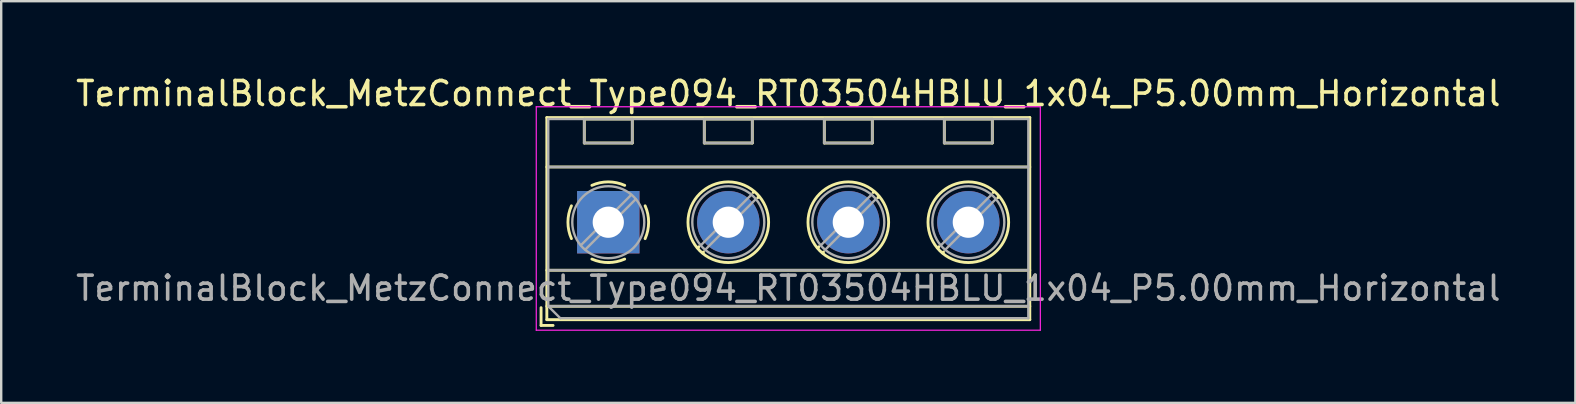
<source format=kicad_pcb>
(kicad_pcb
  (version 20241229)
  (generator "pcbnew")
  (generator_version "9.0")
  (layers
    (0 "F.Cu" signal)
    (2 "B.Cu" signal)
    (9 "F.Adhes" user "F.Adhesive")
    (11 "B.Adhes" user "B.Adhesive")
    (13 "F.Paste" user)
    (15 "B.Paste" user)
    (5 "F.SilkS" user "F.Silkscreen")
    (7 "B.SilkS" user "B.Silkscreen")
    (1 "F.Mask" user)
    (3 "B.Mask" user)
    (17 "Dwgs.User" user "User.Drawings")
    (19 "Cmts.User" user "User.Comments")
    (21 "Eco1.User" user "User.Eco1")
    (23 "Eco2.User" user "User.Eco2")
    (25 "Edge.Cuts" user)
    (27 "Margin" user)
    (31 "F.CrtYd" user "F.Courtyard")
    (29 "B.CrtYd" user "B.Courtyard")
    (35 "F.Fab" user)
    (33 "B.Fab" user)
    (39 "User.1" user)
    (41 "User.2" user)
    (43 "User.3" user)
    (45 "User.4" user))
  (footprint "TerminalBlock_MetzConnect_Type094_RT03504HBLU_1x04_P5.00mm_Horizontal"
    (layer "F.Cu")
    (at 22.292 6.208)
    (property "Reference" "TerminalBlock_MetzConnect_Type094_RT03504HBLU_1x04_P5.00mm_Horizontal" (at 7.5 -5.36 0) (layer "F.SilkS") (effects (font (size 1 1) (thickness 0.15))))
    (attr through_hole)
    (fp_line (start -2.8 3.56) (end -2.8 4.3) (stroke (width 0.12) (type solid)) (layer "F.SilkS"))
    (fp_line (start -2.8 4.3) (end -2.3 4.3) (stroke (width 0.12) (type solid)) (layer "F.SilkS"))
    (fp_line (start -2.56 -4.36) (end -2.56 4.06) (stroke (width 0.12) (type solid)) (layer "F.SilkS"))
    (fp_line (start -2.56 -4.36) (end 17.561 -4.36) (stroke (width 0.12) (type solid)) (layer "F.SilkS"))
    (fp_line (start -2.56 -2.301) (end 17.561 -2.301) (stroke (width 0.12) (type solid)) (layer "F.SilkS"))
    (fp_line (start -2.56 2) (end 17.561 2) (stroke (width 0.12) (type solid)) (layer "F.SilkS"))
    (fp_line (start -2.56 3.5) (end 17.561 3.5) (stroke (width 0.12) (type solid)) (layer "F.SilkS"))
    (fp_line (start -2.56 4.06) (end 17.561 4.06) (stroke (width 0.12) (type solid)) (layer "F.SilkS"))
    (fp_line (start -1 -4.3) (end -1 -3.3) (stroke (width 0.12) (type solid)) (layer "F.SilkS"))
    (fp_line (start -1 -4.3) (end 1 -4.3) (stroke (width 0.12) (type solid)) (layer "F.SilkS"))
    (fp_line (start -1 -3.3) (end 1 -3.3) (stroke (width 0.12) (type solid)) (layer "F.SilkS"))
    (fp_line (start 1 -4.3) (end 1 -3.3) (stroke (width 0.12) (type solid)) (layer "F.SilkS"))
    (fp_line (start 3.773 1.023) (end 3.726 1.069) (stroke (width 0.12) (type solid)) (layer "F.SilkS"))
    (fp_line (start 3.966 1.239) (end 3.931 1.274) (stroke (width 0.12) (type solid)) (layer "F.SilkS"))
    (fp_line (start 4 -4.3) (end 4 -3.3) (stroke (width 0.12) (type solid)) (layer "F.SilkS"))
    (fp_line (start 4 -4.3) (end 6 -4.3) (stroke (width 0.12) (type solid)) (layer "F.SilkS"))
    (fp_line (start 4 -3.3) (end 6 -3.3) (stroke (width 0.12) (type solid)) (layer "F.SilkS"))
    (fp_line (start 6 -4.3) (end 6 -3.3) (stroke (width 0.12) (type solid)) (layer "F.SilkS"))
    (fp_line (start 6.07 -1.275) (end 6.035 -1.239) (stroke (width 0.12) (type solid)) (layer "F.SilkS"))
    (fp_line (start 6.275 -1.069) (end 6.228 -1.023) (stroke (width 0.12) (type solid)) (layer "F.SilkS"))
    (fp_line (start 8.773 1.023) (end 8.726 1.069) (stroke (width 0.12) (type solid)) (layer "F.SilkS"))
    (fp_line (start 8.966 1.239) (end 8.931 1.274) (stroke (width 0.12) (type solid)) (layer "F.SilkS"))
    (fp_line (start 9 -4.3) (end 9 -3.3) (stroke (width 0.12) (type solid)) (layer "F.SilkS"))
    (fp_line (start 9 -4.3) (end 11 -4.3) (stroke (width 0.12) (type solid)) (layer "F.SilkS"))
    (fp_line (start 9 -3.3) (end 11 -3.3) (stroke (width 0.12) (type solid)) (layer "F.SilkS"))
    (fp_line (start 11 -4.3) (end 11 -3.3) (stroke (width 0.12) (type solid)) (layer "F.SilkS"))
    (fp_line (start 11.07 -1.275) (end 11.035 -1.239) (stroke (width 0.12) (type solid)) (layer "F.SilkS"))
    (fp_line (start 11.275 -1.069) (end 11.228 -1.023) (stroke (width 0.12) (type solid)) (layer "F.SilkS"))
    (fp_line (start 13.773 1.023) (end 13.726 1.069) (stroke (width 0.12) (type solid)) (layer "F.SilkS"))
    (fp_line (start 13.966 1.239) (end 13.931 1.274) (stroke (width 0.12) (type solid)) (layer "F.SilkS"))
    (fp_line (start 14 -4.3) (end 14 -3.3) (stroke (width 0.12) (type solid)) (layer "F.SilkS"))
    (fp_line (start 14 -4.3) (end 16 -4.3) (stroke (width 0.12) (type solid)) (layer "F.SilkS"))
    (fp_line (start 14 -3.3) (end 16 -3.3) (stroke (width 0.12) (type solid)) (layer "F.SilkS"))
    (fp_line (start 16 -4.3) (end 16 -3.3) (stroke (width 0.12) (type solid)) (layer "F.SilkS"))
    (fp_line (start 16.07 -1.275) (end 16.035 -1.239) (stroke (width 0.12) (type solid)) (layer "F.SilkS"))
    (fp_line (start 16.275 -1.069) (end 16.228 -1.023) (stroke (width 0.12) (type solid)) (layer "F.SilkS"))
    (fp_line (start 17.561 -4.36) (end 17.561 4.06) (stroke (width 0.12) (type solid)) (layer "F.SilkS"))
    (fp_arc (start -1.535427 0.683042) (mid -1.680501 -0.000524) (end -1.535 -0.684) (stroke (width 0.12) (type solid)) (layer "F.SilkS"))
    (fp_arc (start -0.683042 -1.535427) (mid 0.000524 -1.680501) (end 0.684 -1.535) (stroke (width 0.12) (type solid)) (layer "F.SilkS"))
    (fp_arc (start 0.028805 1.680253) (mid -0.335551 1.646659) (end -0.684 1.535) (stroke (width 0.12) (type solid)) (layer "F.SilkS"))
    (fp_arc (start 0.683318 1.534756) (mid 0.349292 1.643288) (end 0 1.68) (stroke (width 0.12) (type solid)) (layer "F.SilkS"))
    (fp_arc (start 1.535427 -0.683042) (mid 1.680501 0.000524) (end 1.535 0.684) (stroke (width 0.12) (type solid)) (layer "F.SilkS"))
    (fp_circle (center 5 0) (end 6.68 0) (stroke (width 0.12) (type solid)) (fill no) (layer "F.SilkS"))
    (fp_circle (center 10 0) (end 11.68 0) (stroke (width 0.12) (type solid)) (fill no) (layer "F.SilkS"))
    (fp_circle (center 15 0) (end 16.68 0) (stroke (width 0.12) (type solid)) (fill no) (layer "F.SilkS"))
    (fp_line (start -3 -4.81) (end -3 4.5) (stroke (width 0.05) (type solid)) (layer "F.CrtYd"))
    (fp_line (start -3 4.5) (end 18 4.5) (stroke (width 0.05) (type solid)) (layer "F.CrtYd"))
    (fp_line (start 18 -4.81) (end -3 -4.81) (stroke (width 0.05) (type solid)) (layer "F.CrtYd"))
    (fp_line (start 18 4.5) (end 18 -4.81) (stroke (width 0.05) (type solid)) (layer "F.CrtYd"))
    (fp_line (start -2.5 -4.3) (end 17.5 -4.3) (stroke (width 0.1) (type solid)) (layer "F.Fab"))
    (fp_line (start -2.5 -2.3) (end 17.5 -2.3) (stroke (width 0.1) (type solid)) (layer "F.Fab"))
    (fp_line (start -2.5 2) (end 17.5 2) (stroke (width 0.1) (type solid)) (layer "F.Fab"))
    (fp_line (start -2.5 3.5) (end -2.5 -4.3) (stroke (width 0.1) (type solid)) (layer "F.Fab"))
    (fp_line (start -2.5 3.5) (end 17.5 3.5) (stroke (width 0.1) (type solid)) (layer "F.Fab"))
    (fp_line (start -2 4) (end -2.5 3.5) (stroke (width 0.1) (type solid)) (layer "F.Fab"))
    (fp_line (start -1 -4.3) (end -1 -3.3) (stroke (width 0.1) (type solid)) (layer "F.Fab"))
    (fp_line (start -1 -3.3) (end 1 -3.3) (stroke (width 0.1) (type solid)) (layer "F.Fab"))
    (fp_line (start 0.955 -1.138) (end -1.138 0.955) (stroke (width 0.1) (type solid)) (layer "F.Fab"))
    (fp_line (start 1 -4.3) (end -1 -4.3) (stroke (width 0.1) (type solid)) (layer "F.Fab"))
    (fp_line (start 1 -3.3) (end 1 -4.3) (stroke (width 0.1) (type solid)) (layer "F.Fab"))
    (fp_line (start 1.138 -0.955) (end -0.955 1.138) (stroke (width 0.1) (type solid)) (layer "F.Fab"))
    (fp_line (start 4 -4.3) (end 4 -3.3) (stroke (width 0.1) (type solid)) (layer "F.Fab"))
    (fp_line (start 4 -3.3) (end 6 -3.3) (stroke (width 0.1) (type solid)) (layer "F.Fab"))
    (fp_line (start 5.955 -1.138) (end 3.863 0.955) (stroke (width 0.1) (type solid)) (layer "F.Fab"))
    (fp_line (start 6 -4.3) (end 4 -4.3) (stroke (width 0.1) (type solid)) (layer "F.Fab"))
    (fp_line (start 6 -3.3) (end 6 -4.3) (stroke (width 0.1) (type solid)) (layer "F.Fab"))
    (fp_line (start 6.138 -0.955) (end 4.046 1.138) (stroke (width 0.1) (type solid)) (layer "F.Fab"))
    (fp_line (start 9 -4.3) (end 9 -3.3) (stroke (width 0.1) (type solid)) (layer "F.Fab"))
    (fp_line (start 9 -3.3) (end 11 -3.3) (stroke (width 0.1) (type solid)) (layer "F.Fab"))
    (fp_line (start 10.955 -1.138) (end 8.863 0.955) (stroke (width 0.1) (type solid)) (layer "F.Fab"))
    (fp_line (start 11 -4.3) (end 9 -4.3) (stroke (width 0.1) (type solid)) (layer "F.Fab"))
    (fp_line (start 11 -3.3) (end 11 -4.3) (stroke (width 0.1) (type solid)) (layer "F.Fab"))
    (fp_line (start 11.138 -0.955) (end 9.046 1.138) (stroke (width 0.1) (type solid)) (layer "F.Fab"))
    (fp_line (start 14 -4.3) (end 14 -3.3) (stroke (width 0.1) (type solid)) (layer "F.Fab"))
    (fp_line (start 14 -3.3) (end 16 -3.3) (stroke (width 0.1) (type solid)) (layer "F.Fab"))
    (fp_line (start 15.955 -1.138) (end 13.863 0.955) (stroke (width 0.1) (type solid)) (layer "F.Fab"))
    (fp_line (start 16 -4.3) (end 14 -4.3) (stroke (width 0.1) (type solid)) (layer "F.Fab"))
    (fp_line (start 16 -3.3) (end 16 -4.3) (stroke (width 0.1) (type solid)) (layer "F.Fab"))
    (fp_line (start 16.138 -0.955) (end 14.046 1.138) (stroke (width 0.1) (type solid)) (layer "F.Fab"))
    (fp_line (start 17.5 -4.3) (end 17.5 4) (stroke (width 0.1) (type solid)) (layer "F.Fab"))
    (fp_line (start 17.5 4) (end -2 4) (stroke (width 0.1) (type solid)) (layer "F.Fab"))
    (fp_circle (center 0 0) (end 1.5 0) (stroke (width 0.1) (type solid)) (fill no) (layer "F.Fab"))
    (fp_circle (center 5 0) (end 6.5 0) (stroke (width 0.1) (type solid)) (fill no) (layer "F.Fab"))
    (fp_circle (center 10 0) (end 11.5 0) (stroke (width 0.1) (type solid)) (fill no) (layer "F.Fab"))
    (fp_circle (center 15 0) (end 16.5 0) (stroke (width 0.1) (type solid)) (fill no) (layer "F.Fab"))
    (fp_text user "${REFERENCE}" (at 7.5 2.75 0) (layer "F.Fab") (effects (font (size 1 1) (thickness 0.15))))
    (pad "1" thru_hole rect (at 0 0) (size 2.6 2.6) (drill 1.3) (layers "*.Cu" "*.Mask"))
    (pad "2" thru_hole circle (at 5 0) (size 2.6 2.6) (drill 1.3) (layers "*.Cu" "*.Mask"))
    (pad "3" thru_hole circle (at 10 0) (size 2.6 2.6) (drill 1.3) (layers "*.Cu" "*.Mask"))
    (pad "4" thru_hole circle (at 15 0) (size 2.6 2.6) (drill 1.3) (layers "*.Cu" "*.Mask")))
  (gr_rect
    (start -3 -3)
    (end 62.583 13.733)
    (stroke (width 0.1) (type default))
    (fill no)
    (layer "Edge.Cuts")))
</source>
